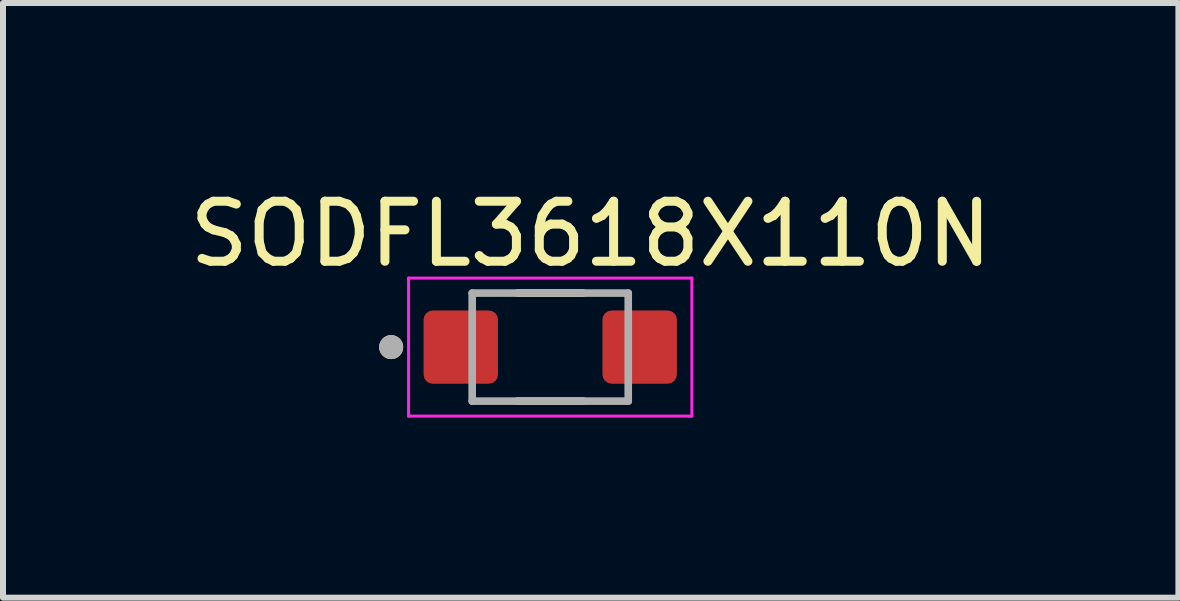
<source format=kicad_pcb>
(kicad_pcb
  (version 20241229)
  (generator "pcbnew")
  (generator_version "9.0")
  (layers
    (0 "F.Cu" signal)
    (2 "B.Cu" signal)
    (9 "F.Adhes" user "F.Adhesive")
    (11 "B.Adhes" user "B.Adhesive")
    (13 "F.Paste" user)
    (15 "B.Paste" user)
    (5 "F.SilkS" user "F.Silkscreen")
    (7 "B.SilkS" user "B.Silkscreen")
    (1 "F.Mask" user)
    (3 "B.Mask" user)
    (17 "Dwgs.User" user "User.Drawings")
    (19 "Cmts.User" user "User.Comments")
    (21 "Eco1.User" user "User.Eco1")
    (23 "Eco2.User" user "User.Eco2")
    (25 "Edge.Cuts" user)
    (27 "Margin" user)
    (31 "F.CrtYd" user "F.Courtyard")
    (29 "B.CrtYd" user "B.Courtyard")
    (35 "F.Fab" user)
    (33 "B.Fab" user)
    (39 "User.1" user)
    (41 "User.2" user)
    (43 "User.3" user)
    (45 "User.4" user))
  (footprint "SODFL3618X110N"
    (layer "F.Cu")
    (at 6.117 2.733)
    (property "Reference" "SODFL3618X110N" (at 0.675 -1.885 0) (layer "F.SilkS") (effects (font (size 1 1) (thickness 0.15))))
    (attr smd)
    (fp_line (start -0.55 -0.9) (end 0.55 -0.9) (stroke (width 0.127) (type solid)) (layer "F.SilkS"))
    (fp_line (start -0.55 0.9) (end 0.55 0.9) (stroke (width 0.127) (type solid)) (layer "F.SilkS"))
    (fp_circle (center -2.65 0) (end -2.55 0) (stroke (width 0.2) (type solid)) (fill no) (layer "F.SilkS"))
    (fp_line (start -2.36 -1.15) (end 2.36 -1.15) (stroke (width 0.05) (type solid)) (layer "F.CrtYd"))
    (fp_line (start -2.36 1.15) (end -2.36 -1.15) (stroke (width 0.05) (type solid)) (layer "F.CrtYd"))
    (fp_line (start 2.36 -1.15) (end 2.36 1.15) (stroke (width 0.05) (type solid)) (layer "F.CrtYd"))
    (fp_line (start 2.36 1.15) (end -2.36 1.15) (stroke (width 0.05) (type solid)) (layer "F.CrtYd"))
    (fp_line (start -1.3 -0.9) (end 1.3 -0.9) (stroke (width 0.127) (type solid)) (layer "F.Fab"))
    (fp_line (start -1.3 0.9) (end -1.3 -0.9) (stroke (width 0.127) (type solid)) (layer "F.Fab"))
    (fp_line (start 1.3 -0.9) (end 1.3 0.9) (stroke (width 0.127) (type solid)) (layer "F.Fab"))
    (fp_line (start 1.3 0.9) (end -1.3 0.9) (stroke (width 0.127) (type solid)) (layer "F.Fab"))
    (fp_circle (center -2.65 0) (end -2.55 0) (stroke (width 0.2) (type solid)) (fill no) (layer "F.Fab"))
    (pad "1" smd roundrect (at -1.49 0) (size 1.24 1.22) (layers "F.Cu" "F.Mask" "F.Paste") (roundrect_rratio 0.125))
    (pad "2" smd roundrect (at 1.49 0) (size 1.24 1.22) (layers "F.Cu" "F.Mask" "F.Paste") (roundrect_rratio 0.125)))
  (gr_rect
    (start -3 -3)
    (end 16.583 6.908)
    (stroke (width 0.1) (type default))
    (fill no)
    (layer "Edge.Cuts")))
</source>
